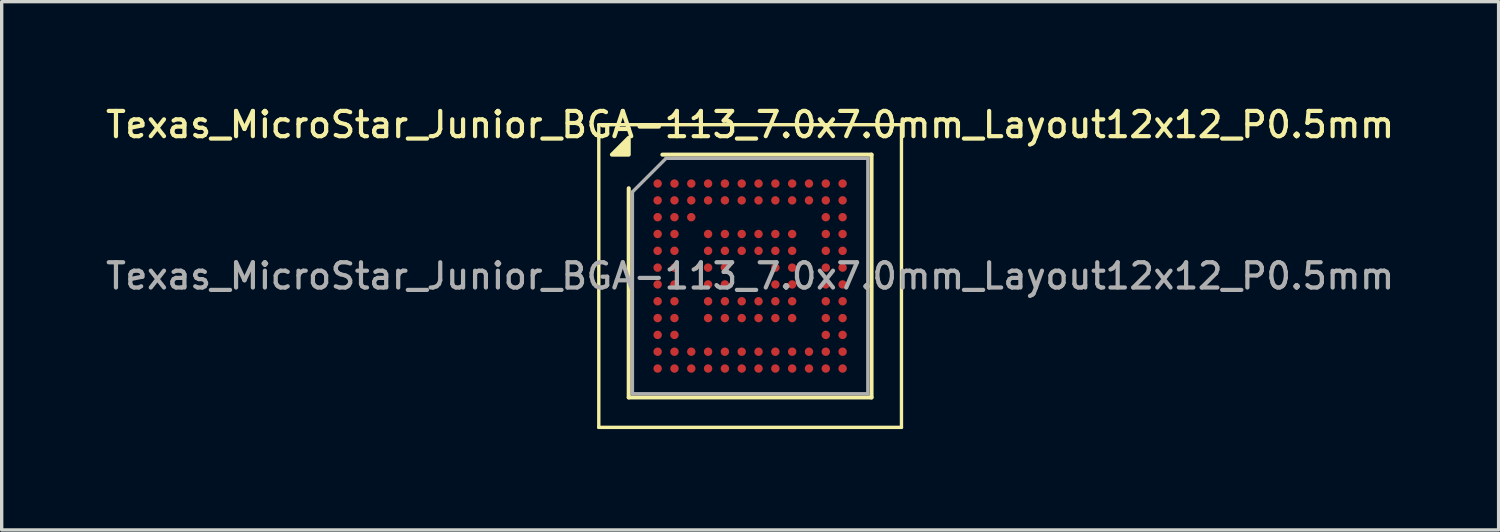
<source format=kicad_pcb>
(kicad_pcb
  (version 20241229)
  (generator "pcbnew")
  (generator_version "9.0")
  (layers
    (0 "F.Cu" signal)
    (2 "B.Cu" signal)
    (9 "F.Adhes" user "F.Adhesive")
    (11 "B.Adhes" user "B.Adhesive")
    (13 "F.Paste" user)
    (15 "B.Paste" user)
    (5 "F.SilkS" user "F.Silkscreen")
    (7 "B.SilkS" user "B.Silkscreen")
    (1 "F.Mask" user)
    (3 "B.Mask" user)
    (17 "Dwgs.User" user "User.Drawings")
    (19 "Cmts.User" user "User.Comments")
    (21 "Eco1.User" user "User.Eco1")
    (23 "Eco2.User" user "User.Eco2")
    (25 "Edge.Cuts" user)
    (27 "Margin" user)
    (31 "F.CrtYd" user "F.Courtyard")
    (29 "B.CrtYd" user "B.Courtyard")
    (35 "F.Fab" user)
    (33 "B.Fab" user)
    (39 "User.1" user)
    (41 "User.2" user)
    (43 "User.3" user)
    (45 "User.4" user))
  (footprint "Texas_MicroStar_Junior_BGA-113_7.0x7.0mm_Layout12x12_P0.5mm"
    (layer "F.Cu")
    (at 19.255 5.158)
    (property "Reference" "Texas_MicroStar_Junior_BGA-113_7.0x7.0mm_Layout12x12_P0.5mm" (at 0 -4.5 0) (layer "F.SilkS") (effects (font (size 0.75 0.75) (thickness 0.125))))
    (attr smd)
    (fp_line (start -4.5 -4.5) (end -4.5 4.5) (stroke (width 0.1) (type solid)) (layer "F.SilkS"))
    (fp_line (start -4.5 4.5) (end 4.5 4.5) (stroke (width 0.1) (type solid)) (layer "F.SilkS"))
    (fp_line (start -3.61 3.61) (end -3.61 -2.61) (stroke (width 0.12) (type solid)) (layer "F.SilkS"))
    (fp_line (start -2.61 -3.61) (end 3.61 -3.61) (stroke (width 0.12) (type solid)) (layer "F.SilkS"))
    (fp_line (start 3.61 -3.61) (end 3.61 3.61) (stroke (width 0.12) (type solid)) (layer "F.SilkS"))
    (fp_line (start 3.61 3.61) (end -3.61 3.61) (stroke (width 0.12) (type solid)) (layer "F.SilkS"))
    (fp_line (start 4.5 -4.5) (end -4.5 -4.5) (stroke (width 0.1) (type solid)) (layer "F.SilkS"))
    (fp_line (start 4.5 4.5) (end 4.5 -4.5) (stroke (width 0.1) (type solid)) (layer "F.SilkS"))
    (fp_poly (pts (xy -3.61 -3.61) (xy -4.11 -3.61) (xy -3.61 -4.11) (xy -3.61 -3.61)) (stroke (width 0.12) (type solid)) (fill yes) (layer "F.SilkS"))
    (fp_line (start -3.5 -2.5) (end -2.5 -3.5) (stroke (width 0.1) (type solid)) (layer "F.Fab"))
    (fp_line (start -3.5 3.5) (end -3.5 -2.5) (stroke (width 0.1) (type solid)) (layer "F.Fab"))
    (fp_line (start -2.5 -3.5) (end 3.5 -3.5) (stroke (width 0.1) (type solid)) (layer "F.Fab"))
    (fp_line (start 3.5 -3.5) (end 3.5 3.5) (stroke (width 0.1) (type solid)) (layer "F.Fab"))
    (fp_line (start 3.5 3.5) (end -3.5 3.5) (stroke (width 0.1) (type solid)) (layer "F.Fab"))
    (fp_text user "${REFERENCE}" (at 0 0 0) (layer "F.Fab") (effects (font (size 0.75 0.75) (thickness 0.125))))
    (pad "A1" smd circle (at -2.75 -2.75) (size 0.25 0.25) (property pad_prop_bga) (layers "F.Cu" "F.Mask" "F.Paste"))
    (pad "A2" smd circle (at -2.25 -2.75) (size 0.25 0.25) (property pad_prop_bga) (layers "F.Cu" "F.Mask" "F.Paste"))
    (pad "A3" smd circle (at -1.75 -2.75) (size 0.25 0.25) (property pad_prop_bga) (layers "F.Cu" "F.Mask" "F.Paste"))
    (pad "A4" smd circle (at -1.25 -2.75) (size 0.25 0.25) (property pad_prop_bga) (layers "F.Cu" "F.Mask" "F.Paste"))
    (pad "A5" smd circle (at -0.75 -2.75) (size 0.25 0.25) (property pad_prop_bga) (layers "F.Cu" "F.Mask" "F.Paste"))
    (pad "A6" smd circle (at -0.25 -2.75) (size 0.25 0.25) (property pad_prop_bga) (layers "F.Cu" "F.Mask" "F.Paste"))
    (pad "A7" smd circle (at 0.25 -2.75) (size 0.25 0.25) (property pad_prop_bga) (layers "F.Cu" "F.Mask" "F.Paste"))
    (pad "A8" smd circle (at 0.75 -2.75) (size 0.25 0.25) (property pad_prop_bga) (layers "F.Cu" "F.Mask" "F.Paste"))
    (pad "A9" smd circle (at 1.25 -2.75) (size 0.25 0.25) (property pad_prop_bga) (layers "F.Cu" "F.Mask" "F.Paste"))
    (pad "A10" smd circle (at 1.75 -2.75) (size 0.25 0.25) (property pad_prop_bga) (layers "F.Cu" "F.Mask" "F.Paste"))
    (pad "A11" smd circle (at 2.25 -2.75) (size 0.25 0.25) (property pad_prop_bga) (layers "F.Cu" "F.Mask" "F.Paste"))
    (pad "A12" smd circle (at 2.75 -2.75) (size 0.25 0.25) (property pad_prop_bga) (layers "F.Cu" "F.Mask" "F.Paste"))
    (pad "B1" smd circle (at -2.75 -2.25) (size 0.25 0.25) (property pad_prop_bga) (layers "F.Cu" "F.Mask" "F.Paste"))
    (pad "B2" smd circle (at -2.25 -2.25) (size 0.25 0.25) (property pad_prop_bga) (layers "F.Cu" "F.Mask" "F.Paste"))
    (pad "B3" smd circle (at -1.75 -2.25) (size 0.25 0.25) (property pad_prop_bga) (layers "F.Cu" "F.Mask" "F.Paste"))
    (pad "B4" smd circle (at -1.25 -2.25) (size 0.25 0.25) (property pad_prop_bga) (layers "F.Cu" "F.Mask" "F.Paste"))
    (pad "B5" smd circle (at -0.75 -2.25) (size 0.25 0.25) (property pad_prop_bga) (layers "F.Cu" "F.Mask" "F.Paste"))
    (pad "B6" smd circle (at -0.25 -2.25) (size 0.25 0.25) (property pad_prop_bga) (layers "F.Cu" "F.Mask" "F.Paste"))
    (pad "B7" smd circle (at 0.25 -2.25) (size 0.25 0.25) (property pad_prop_bga) (layers "F.Cu" "F.Mask" "F.Paste"))
    (pad "B8" smd circle (at 0.75 -2.25) (size 0.25 0.25) (property pad_prop_bga) (layers "F.Cu" "F.Mask" "F.Paste"))
    (pad "B9" smd circle (at 1.25 -2.25) (size 0.25 0.25) (property pad_prop_bga) (layers "F.Cu" "F.Mask" "F.Paste"))
    (pad "B10" smd circle (at 1.75 -2.25) (size 0.25 0.25) (property pad_prop_bga) (layers "F.Cu" "F.Mask" "F.Paste"))
    (pad "B11" smd circle (at 2.25 -2.25) (size 0.25 0.25) (property pad_prop_bga) (layers "F.Cu" "F.Mask" "F.Paste"))
    (pad "B12" smd circle (at 2.75 -2.25) (size 0.25 0.25) (property pad_prop_bga) (layers "F.Cu" "F.Mask" "F.Paste"))
    (pad "C1" smd circle (at -2.75 -1.75) (size 0.25 0.25) (property pad_prop_bga) (layers "F.Cu" "F.Mask" "F.Paste"))
    (pad "C2" smd circle (at -2.25 -1.75) (size 0.25 0.25) (property pad_prop_bga) (layers "F.Cu" "F.Mask" "F.Paste"))
    (pad "C3" smd circle (at -1.75 -1.75) (size 0.25 0.25) (property pad_prop_bga) (layers "F.Cu" "F.Mask" "F.Paste"))
    (pad "C11" smd circle (at 2.25 -1.75) (size 0.25 0.25) (property pad_prop_bga) (layers "F.Cu" "F.Mask" "F.Paste"))
    (pad "C12" smd circle (at 2.75 -1.75) (size 0.25 0.25) (property pad_prop_bga) (layers "F.Cu" "F.Mask" "F.Paste"))
    (pad "D1" smd circle (at -2.75 -1.25) (size 0.25 0.25) (property pad_prop_bga) (layers "F.Cu" "F.Mask" "F.Paste"))
    (pad "D2" smd circle (at -2.25 -1.25) (size 0.25 0.25) (property pad_prop_bga) (layers "F.Cu" "F.Mask" "F.Paste"))
    (pad "D4" smd circle (at -1.25 -1.25) (size 0.25 0.25) (property pad_prop_bga) (layers "F.Cu" "F.Mask" "F.Paste"))
    (pad "D5" smd circle (at -0.75 -1.25) (size 0.25 0.25) (property pad_prop_bga) (layers "F.Cu" "F.Mask" "F.Paste"))
    (pad "D6" smd circle (at -0.25 -1.25) (size 0.25 0.25) (property pad_prop_bga) (layers "F.Cu" "F.Mask" "F.Paste"))
    (pad "D7" smd circle (at 0.25 -1.25) (size 0.25 0.25) (property pad_prop_bga) (layers "F.Cu" "F.Mask" "F.Paste"))
    (pad "D8" smd circle (at 0.75 -1.25) (size 0.25 0.25) (property pad_prop_bga) (layers "F.Cu" "F.Mask" "F.Paste"))
    (pad "D9" smd circle (at 1.25 -1.25) (size 0.25 0.25) (property pad_prop_bga) (layers "F.Cu" "F.Mask" "F.Paste"))
    (pad "D11" smd circle (at 2.25 -1.25) (size 0.25 0.25) (property pad_prop_bga) (layers "F.Cu" "F.Mask" "F.Paste"))
    (pad "D12" smd circle (at 2.75 -1.25) (size 0.25 0.25) (property pad_prop_bga) (layers "F.Cu" "F.Mask" "F.Paste"))
    (pad "E1" smd circle (at -2.75 -0.75) (size 0.25 0.25) (property pad_prop_bga) (layers "F.Cu" "F.Mask" "F.Paste"))
    (pad "E2" smd circle (at -2.25 -0.75) (size 0.25 0.25) (property pad_prop_bga) (layers "F.Cu" "F.Mask" "F.Paste"))
    (pad "E4" smd circle (at -1.25 -0.75) (size 0.25 0.25) (property pad_prop_bga) (layers "F.Cu" "F.Mask" "F.Paste"))
    (pad "E5" smd circle (at -0.75 -0.75) (size 0.25 0.25) (property pad_prop_bga) (layers "F.Cu" "F.Mask" "F.Paste"))
    (pad "E6" smd circle (at -0.25 -0.75) (size 0.25 0.25) (property pad_prop_bga) (layers "F.Cu" "F.Mask" "F.Paste"))
    (pad "E7" smd circle (at 0.25 -0.75) (size 0.25 0.25) (property pad_prop_bga) (layers "F.Cu" "F.Mask" "F.Paste"))
    (pad "E8" smd circle (at 0.75 -0.75) (size 0.25 0.25) (property pad_prop_bga) (layers "F.Cu" "F.Mask" "F.Paste"))
    (pad "E9" smd circle (at 1.25 -0.75) (size 0.25 0.25) (property pad_prop_bga) (layers "F.Cu" "F.Mask" "F.Paste"))
    (pad "E11" smd circle (at 2.25 -0.75) (size 0.25 0.25) (property pad_prop_bga) (layers "F.Cu" "F.Mask" "F.Paste"))
    (pad "E12" smd circle (at 2.75 -0.75) (size 0.25 0.25) (property pad_prop_bga) (layers "F.Cu" "F.Mask" "F.Paste"))
    (pad "F1" smd circle (at -2.75 -0.25) (size 0.25 0.25) (property pad_prop_bga) (layers "F.Cu" "F.Mask" "F.Paste"))
    (pad "F2" smd circle (at -2.25 -0.25) (size 0.25 0.25) (property pad_prop_bga) (layers "F.Cu" "F.Mask" "F.Paste"))
    (pad "F4" smd circle (at -1.25 -0.25) (size 0.25 0.25) (property pad_prop_bga) (layers "F.Cu" "F.Mask" "F.Paste"))
    (pad "F5" smd circle (at -0.75 -0.25) (size 0.25 0.25) (property pad_prop_bga) (layers "F.Cu" "F.Mask" "F.Paste"))
    (pad "F8" smd circle (at 0.75 -0.25) (size 0.25 0.25) (property pad_prop_bga) (layers "F.Cu" "F.Mask" "F.Paste"))
    (pad "F9" smd circle (at 1.25 -0.25) (size 0.25 0.25) (property pad_prop_bga) (layers "F.Cu" "F.Mask" "F.Paste"))
    (pad "F11" smd circle (at 2.25 -0.25) (size 0.25 0.25) (property pad_prop_bga) (layers "F.Cu" "F.Mask" "F.Paste"))
    (pad "F12" smd circle (at 2.75 -0.25) (size 0.25 0.25) (property pad_prop_bga) (layers "F.Cu" "F.Mask" "F.Paste"))
    (pad "G1" smd circle (at -2.75 0.25) (size 0.25 0.25) (property pad_prop_bga) (layers "F.Cu" "F.Mask" "F.Paste"))
    (pad "G2" smd circle (at -2.25 0.25) (size 0.25 0.25) (property pad_prop_bga) (layers "F.Cu" "F.Mask" "F.Paste"))
    (pad "G4" smd circle (at -1.25 0.25) (size 0.25 0.25) (property pad_prop_bga) (layers "F.Cu" "F.Mask" "F.Paste"))
    (pad "G5" smd circle (at -0.75 0.25) (size 0.25 0.25) (property pad_prop_bga) (layers "F.Cu" "F.Mask" "F.Paste"))
    (pad "G8" smd circle (at 0.75 0.25) (size 0.25 0.25) (property pad_prop_bga) (layers "F.Cu" "F.Mask" "F.Paste"))
    (pad "G9" smd circle (at 1.25 0.25) (size 0.25 0.25) (property pad_prop_bga) (layers "F.Cu" "F.Mask" "F.Paste"))
    (pad "G11" smd circle (at 2.25 0.25) (size 0.25 0.25) (property pad_prop_bga) (layers "F.Cu" "F.Mask" "F.Paste"))
    (pad "G12" smd circle (at 2.75 0.25) (size 0.25 0.25) (property pad_prop_bga) (layers "F.Cu" "F.Mask" "F.Paste"))
    (pad "H1" smd circle (at -2.75 0.75) (size 0.25 0.25) (property pad_prop_bga) (layers "F.Cu" "F.Mask" "F.Paste"))
    (pad "H2" smd circle (at -2.25 0.75) (size 0.25 0.25) (property pad_prop_bga) (layers "F.Cu" "F.Mask" "F.Paste"))
    (pad "H4" smd circle (at -1.25 0.75) (size 0.25 0.25) (property pad_prop_bga) (layers "F.Cu" "F.Mask" "F.Paste"))
    (pad "H5" smd circle (at -0.75 0.75) (size 0.25 0.25) (property pad_prop_bga) (layers "F.Cu" "F.Mask" "F.Paste"))
    (pad "H6" smd circle (at -0.25 0.75) (size 0.25 0.25) (property pad_prop_bga) (layers "F.Cu" "F.Mask" "F.Paste"))
    (pad "H7" smd circle (at 0.25 0.75) (size 0.25 0.25) (property pad_prop_bga) (layers "F.Cu" "F.Mask" "F.Paste"))
    (pad "H8" smd circle (at 0.75 0.75) (size 0.25 0.25) (property pad_prop_bga) (layers "F.Cu" "F.Mask" "F.Paste"))
    (pad "H9" smd circle (at 1.25 0.75) (size 0.25 0.25) (property pad_prop_bga) (layers "F.Cu" "F.Mask" "F.Paste"))
    (pad "H11" smd circle (at 2.25 0.75) (size 0.25 0.25) (property pad_prop_bga) (layers "F.Cu" "F.Mask" "F.Paste"))
    (pad "H12" smd circle (at 2.75 0.75) (size 0.25 0.25) (property pad_prop_bga) (layers "F.Cu" "F.Mask" "F.Paste"))
    (pad "J1" smd circle (at -2.75 1.25) (size 0.25 0.25) (property pad_prop_bga) (layers "F.Cu" "F.Mask" "F.Paste"))
    (pad "J2" smd circle (at -2.25 1.25) (size 0.25 0.25) (property pad_prop_bga) (layers "F.Cu" "F.Mask" "F.Paste"))
    (pad "J4" smd circle (at -1.25 1.25) (size 0.25 0.25) (property pad_prop_bga) (layers "F.Cu" "F.Mask" "F.Paste"))
    (pad "J5" smd circle (at -0.75 1.25) (size 0.25 0.25) (property pad_prop_bga) (layers "F.Cu" "F.Mask" "F.Paste"))
    (pad "J6" smd circle (at -0.25 1.25) (size 0.25 0.25) (property pad_prop_bga) (layers "F.Cu" "F.Mask" "F.Paste"))
    (pad "J7" smd circle (at 0.25 1.25) (size 0.25 0.25) (property pad_prop_bga) (layers "F.Cu" "F.Mask" "F.Paste"))
    (pad "J8" smd circle (at 0.75 1.25) (size 0.25 0.25) (property pad_prop_bga) (layers "F.Cu" "F.Mask" "F.Paste"))
    (pad "J9" smd circle (at 1.25 1.25) (size 0.25 0.25) (property pad_prop_bga) (layers "F.Cu" "F.Mask" "F.Paste"))
    (pad "J11" smd circle (at 2.25 1.25) (size 0.25 0.25) (property pad_prop_bga) (layers "F.Cu" "F.Mask" "F.Paste"))
    (pad "J12" smd circle (at 2.75 1.25) (size 0.25 0.25) (property pad_prop_bga) (layers "F.Cu" "F.Mask" "F.Paste"))
    (pad "K1" smd circle (at -2.75 1.75) (size 0.25 0.25) (property pad_prop_bga) (layers "F.Cu" "F.Mask" "F.Paste"))
    (pad "K2" smd circle (at -2.25 1.75) (size 0.25 0.25) (property pad_prop_bga) (layers "F.Cu" "F.Mask" "F.Paste"))
    (pad "K11" smd circle (at 2.25 1.75) (size 0.25 0.25) (property pad_prop_bga) (layers "F.Cu" "F.Mask" "F.Paste"))
    (pad "K12" smd circle (at 2.75 1.75) (size 0.25 0.25) (property pad_prop_bga) (layers "F.Cu" "F.Mask" "F.Paste"))
    (pad "L1" smd circle (at -2.75 2.25) (size 0.25 0.25) (property pad_prop_bga) (layers "F.Cu" "F.Mask" "F.Paste"))
    (pad "L2" smd circle (at -2.25 2.25) (size 0.25 0.25) (property pad_prop_bga) (layers "F.Cu" "F.Mask" "F.Paste"))
    (pad "L3" smd circle (at -1.75 2.25) (size 0.25 0.25) (property pad_prop_bga) (layers "F.Cu" "F.Mask" "F.Paste"))
    (pad "L4" smd circle (at -1.25 2.25) (size 0.25 0.25) (property pad_prop_bga) (layers "F.Cu" "F.Mask" "F.Paste"))
    (pad "L5" smd circle (at -0.75 2.25) (size 0.25 0.25) (property pad_prop_bga) (layers "F.Cu" "F.Mask" "F.Paste"))
    (pad "L6" smd circle (at -0.25 2.25) (size 0.25 0.25) (property pad_prop_bga) (layers "F.Cu" "F.Mask" "F.Paste"))
    (pad "L7" smd circle (at 0.25 2.25) (size 0.25 0.25) (property pad_prop_bga) (layers "F.Cu" "F.Mask" "F.Paste"))
    (pad "L8" smd circle (at 0.75 2.25) (size 0.25 0.25) (property pad_prop_bga) (layers "F.Cu" "F.Mask" "F.Paste"))
    (pad "L9" smd circle (at 1.25 2.25) (size 0.25 0.25) (property pad_prop_bga) (layers "F.Cu" "F.Mask" "F.Paste"))
    (pad "L10" smd circle (at 1.75 2.25) (size 0.25 0.25) (property pad_prop_bga) (layers "F.Cu" "F.Mask" "F.Paste"))
    (pad "L11" smd circle (at 2.25 2.25) (size 0.25 0.25) (property pad_prop_bga) (layers "F.Cu" "F.Mask" "F.Paste"))
    (pad "L12" smd circle (at 2.75 2.25) (size 0.25 0.25) (property pad_prop_bga) (layers "F.Cu" "F.Mask" "F.Paste"))
    (pad "M1" smd circle (at -2.75 2.75) (size 0.25 0.25) (property pad_prop_bga) (layers "F.Cu" "F.Mask" "F.Paste"))
    (pad "M2" smd circle (at -2.25 2.75) (size 0.25 0.25) (property pad_prop_bga) (layers "F.Cu" "F.Mask" "F.Paste"))
    (pad "M3" smd circle (at -1.75 2.75) (size 0.25 0.25) (property pad_prop_bga) (layers "F.Cu" "F.Mask" "F.Paste"))
    (pad "M4" smd circle (at -1.25 2.75) (size 0.25 0.25) (property pad_prop_bga) (layers "F.Cu" "F.Mask" "F.Paste"))
    (pad "M5" smd circle (at -0.75 2.75) (size 0.25 0.25) (property pad_prop_bga) (layers "F.Cu" "F.Mask" "F.Paste"))
    (pad "M6" smd circle (at -0.25 2.75) (size 0.25 0.25) (property pad_prop_bga) (layers "F.Cu" "F.Mask" "F.Paste"))
    (pad "M7" smd circle (at 0.25 2.75) (size 0.25 0.25) (property pad_prop_bga) (layers "F.Cu" "F.Mask" "F.Paste"))
    (pad "M8" smd circle (at 0.75 2.75) (size 0.25 0.25) (property pad_prop_bga) (layers "F.Cu" "F.Mask" "F.Paste"))
    (pad "M9" smd circle (at 1.25 2.75) (size 0.25 0.25) (property pad_prop_bga) (layers "F.Cu" "F.Mask" "F.Paste"))
    (pad "M10" smd circle (at 1.75 2.75) (size 0.25 0.25) (property pad_prop_bga) (layers "F.Cu" "F.Mask" "F.Paste"))
    (pad "M11" smd circle (at 2.25 2.75) (size 0.25 0.25) (property pad_prop_bga) (layers "F.Cu" "F.Mask" "F.Paste"))
    (pad "M12" smd circle (at 2.75 2.75) (size 0.25 0.25) (property pad_prop_bga) (layers "F.Cu" "F.Mask" "F.Paste")))
  (gr_rect
    (start -3 -3)
    (end 41.511 12.708)
    (stroke (width 0.1) (type default))
    (fill no)
    (layer "Edge.Cuts")))
</source>
